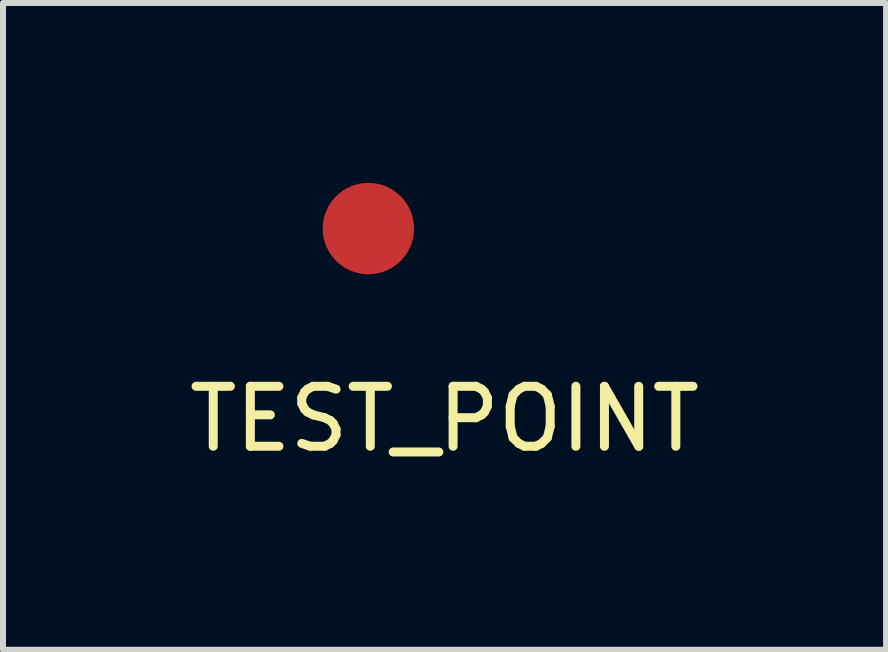
<source format=kicad_pcb>
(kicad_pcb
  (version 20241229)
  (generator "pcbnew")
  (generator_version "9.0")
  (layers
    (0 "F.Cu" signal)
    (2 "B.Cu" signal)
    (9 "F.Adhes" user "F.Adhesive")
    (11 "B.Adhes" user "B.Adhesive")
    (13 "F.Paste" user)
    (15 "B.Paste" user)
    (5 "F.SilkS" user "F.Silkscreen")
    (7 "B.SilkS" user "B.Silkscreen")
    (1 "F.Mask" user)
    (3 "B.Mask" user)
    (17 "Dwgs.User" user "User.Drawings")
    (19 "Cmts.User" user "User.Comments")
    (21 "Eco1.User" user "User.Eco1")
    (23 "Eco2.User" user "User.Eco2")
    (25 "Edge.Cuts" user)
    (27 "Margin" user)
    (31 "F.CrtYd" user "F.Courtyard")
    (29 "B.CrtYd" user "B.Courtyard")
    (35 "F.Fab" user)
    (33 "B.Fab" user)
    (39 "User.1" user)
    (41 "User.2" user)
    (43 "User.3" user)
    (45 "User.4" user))
  (footprint "TEST_POINT"
    (layer "F.Cu")
    (at 3.093 0.762)
    (property "Reference" "TEST_POINT" (at 1.27 3.175 0) (layer "F.SilkS") (effects (font (size 1 1) (thickness 0.15))))
    (attr through_hole)
    (pad "1" smd circle (at 0 0) (size 1.524 1.524) (layers "F.Cu" "F.Mask" "F.Paste")))
  (gr_rect
    (start -3 -3)
    (end 11.726 7.785)
    (stroke (width 0.1) (type default))
    (fill no)
    (layer "Edge.Cuts")))
</source>
